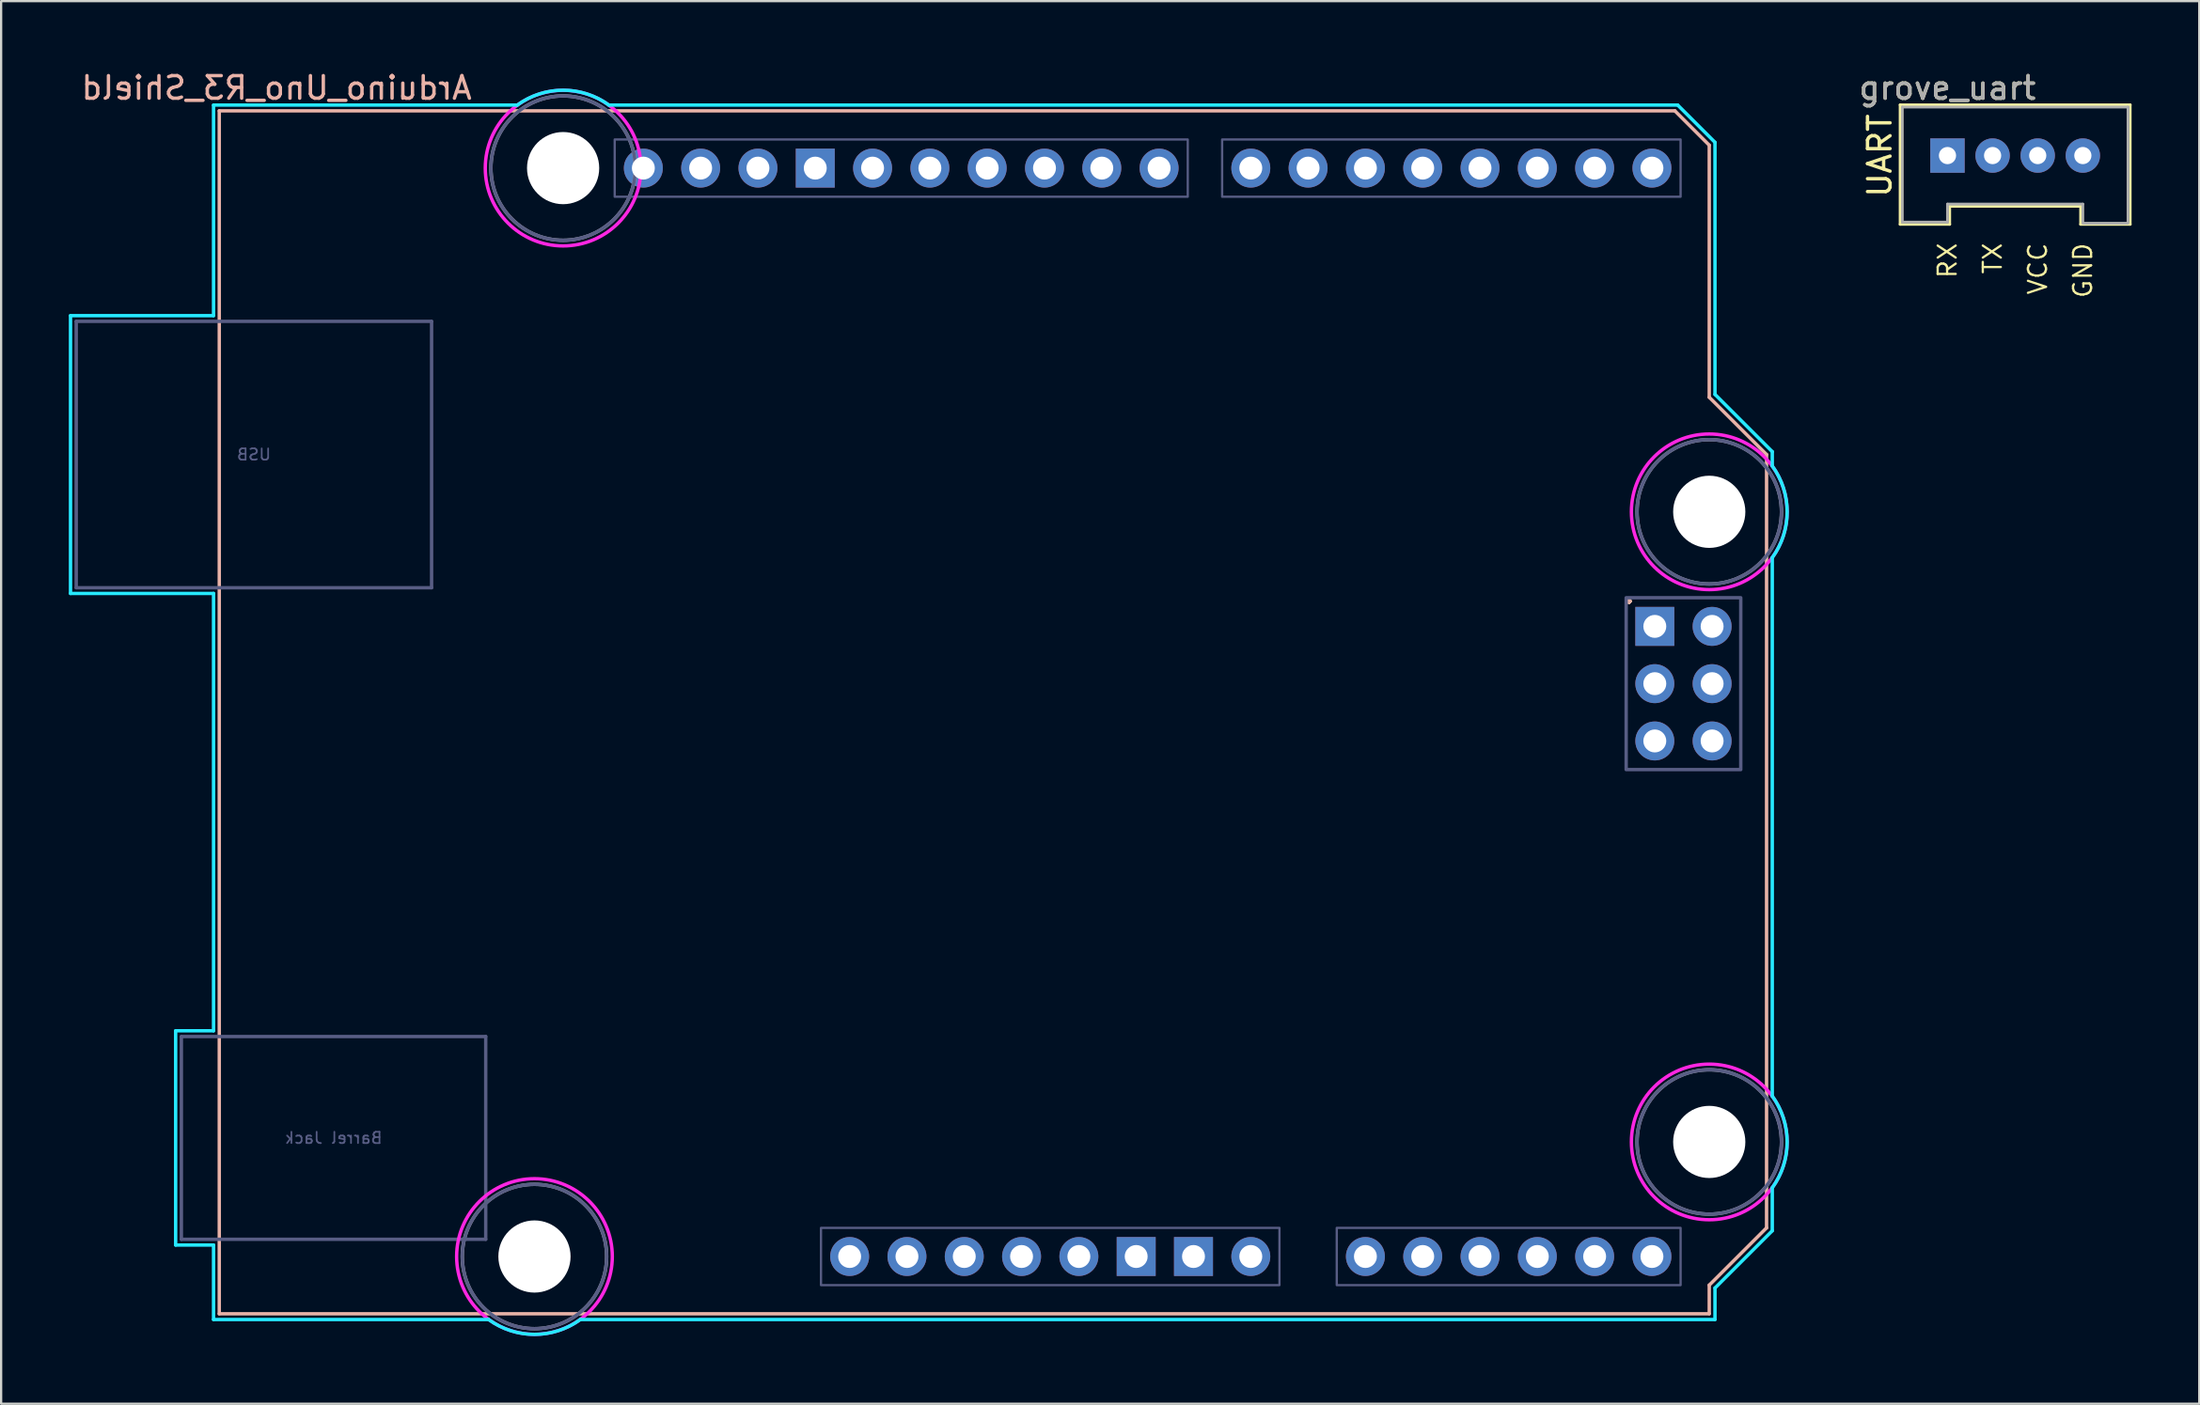
<source format=kicad_pcb>
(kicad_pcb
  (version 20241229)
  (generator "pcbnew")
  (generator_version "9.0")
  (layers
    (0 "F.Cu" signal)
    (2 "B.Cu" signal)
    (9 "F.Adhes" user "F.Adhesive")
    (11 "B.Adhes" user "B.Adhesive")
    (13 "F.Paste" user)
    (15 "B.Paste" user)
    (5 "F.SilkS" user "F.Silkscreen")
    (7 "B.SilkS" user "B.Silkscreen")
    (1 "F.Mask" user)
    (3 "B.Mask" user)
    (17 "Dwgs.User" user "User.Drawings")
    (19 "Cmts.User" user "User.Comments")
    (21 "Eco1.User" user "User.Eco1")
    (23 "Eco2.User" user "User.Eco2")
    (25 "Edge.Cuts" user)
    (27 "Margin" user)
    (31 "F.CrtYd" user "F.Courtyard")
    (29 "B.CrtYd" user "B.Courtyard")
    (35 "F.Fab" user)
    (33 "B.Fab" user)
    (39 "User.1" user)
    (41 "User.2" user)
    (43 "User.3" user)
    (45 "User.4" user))
  (footprint "grove_uart"
    (layer "F.Cu")
    (at 86.268 3.848)
    (property "Reference" "grove_uart" (at -3 -3 0) (layer "F.SilkS") (effects (font (size 1 1) (thickness 0.15))))
    (attr through_hole)
    (fp_line (start -5.1 -2.25) (end 5.1 -2.25) (stroke (width 0.12) (type solid)) (layer "F.SilkS"))
    (fp_line (start -5.1 3.05) (end -5.1 -2.25) (stroke (width 0.12) (type solid)) (layer "F.SilkS"))
    (fp_line (start -2.9 2.25) (end -2.9 3.05) (stroke (width 0.12) (type solid)) (layer "F.SilkS"))
    (fp_line (start -2.9 3.05) (end -5.1 3.05) (stroke (width 0.12) (type solid)) (layer "F.SilkS"))
    (fp_line (start 2.9 2.25) (end -2.9 2.25) (stroke (width 0.12) (type solid)) (layer "F.SilkS"))
    (fp_line (start 2.9 3.05) (end 2.9 2.25) (stroke (width 0.12) (type solid)) (layer "F.SilkS"))
    (fp_line (start 5.1 -2.25) (end 5.1 3.05) (stroke (width 0.12) (type solid)) (layer "F.SilkS"))
    (fp_line (start 5.1 3.05) (end 2.9 3.05) (stroke (width 0.12) (type solid)) (layer "F.SilkS"))
    (fp_line (start -5 -2.15) (end 5 -2.15) (stroke (width 0.12) (type solid)) (layer "F.Fab"))
    (fp_line (start -5 2.95) (end -5 -2.15) (stroke (width 0.12) (type solid)) (layer "F.Fab"))
    (fp_line (start -5 2.95) (end -3 2.95) (stroke (width 0.12) (type solid)) (layer "F.Fab"))
    (fp_line (start -3 2.95) (end -3 2.15) (stroke (width 0.12) (type solid)) (layer "F.Fab"))
    (fp_line (start 3 2.15) (end -3 2.15) (stroke (width 0.12) (type solid)) (layer "F.Fab"))
    (fp_line (start 3 2.15) (end 3 2.95) (stroke (width 0.12) (type solid)) (layer "F.Fab"))
    (fp_line (start 3 3) (end 5 3) (stroke (width 0.12) (type solid)) (layer "F.Fab"))
    (fp_line (start 5 -2.15) (end 5 2.95) (stroke (width 0.12) (type solid)) (layer "F.Fab"))
    (fp_text user "TX" (at -1 3.81 90) (layer "F.SilkS") (effects (font (size 0.8 0.8) (thickness 0.1)) (justify right)))
    (fp_text user "RX" (at -3 3.81 90) (layer "F.SilkS") (effects (font (size 0.8 0.8) (thickness 0.1)) (justify right)))
    (fp_text user "UART" (at -6 0 90) (layer "F.SilkS") (effects (font (size 1 1) (thickness 0.15))))
    (fp_text user "VCC" (at 1 3.81 90) (layer "F.SilkS") (effects (font (size 0.8 0.8) (thickness 0.1)) (justify right)))
    (fp_text user "GND" (at 3 3.81 90) (layer "F.SilkS") (effects (font (size 0.8 0.8) (thickness 0.1)) (justify right)))
    (fp_text user "${REFERENCE}" (at -3 -3 180) (layer "F.Fab") (effects (font (size 1 1) (thickness 0.15))))
    (pad "1" thru_hole rect (at -3 0) (size 1.524 1.524) (drill 0.762) (layers "*.Cu" "*.Mask"))
    (pad "2" thru_hole circle (at -1 0) (size 1.524 1.524) (drill 0.762) (layers "*.Cu" "*.Mask"))
    (pad "3" thru_hole circle (at 1 0) (size 1.524 1.524) (drill 0.762) (layers "*.Cu" "*.Mask"))
    (pad "4" thru_hole circle (at 3 0) (size 1.524 1.524) (drill 0.762) (layers "*.Cu" "*.Mask")))
  (footprint "Arduino_Uno_R3_Shield"
    (layer "F.Cu")
    (at 6.669 55.204)
    (property "Reference" "Arduino_Uno_R3_Shield" (at 2.54 -54.356 0) (layer "B.SilkS") (effects (font (size 1 1) (thickness 0.15)) (justify mirror)))
    (attr through_hole)
    (fp_line (start 0 -53.34) (end 0 0) (stroke (width 0.15) (type solid)) (layer "B.SilkS"))
    (fp_line (start 0 -53.34) (end 64.516 -53.34) (stroke (width 0.15) (type solid)) (layer "B.SilkS"))
    (fp_line (start 0 0) (end 66.04 0) (stroke (width 0.15) (type solid)) (layer "B.SilkS"))
    (fp_line (start 64.516 -53.34) (end 66.04 -51.816) (stroke (width 0.15) (type solid)) (layer "B.SilkS"))
    (fp_line (start 66.04 -40.64) (end 66.04 -51.816) (stroke (width 0.15) (type solid)) (layer "B.SilkS"))
    (fp_line (start 66.04 -1.27) (end 68.58 -3.81) (stroke (width 0.15) (type solid)) (layer "B.SilkS"))
    (fp_line (start 66.04 0) (end 66.04 -1.27) (stroke (width 0.15) (type solid)) (layer "B.SilkS"))
    (fp_line (start 68.58 -38.1) (end 66.04 -40.64) (stroke (width 0.15) (type solid)) (layer "B.SilkS"))
    (fp_line (start 68.58 -3.81) (end 68.58 -38.1) (stroke (width 0.15) (type solid)) (layer "B.SilkS"))
    (fp_line (start -6.594 -44.258) (end -0.254 -44.258) (stroke (width 0.15) (type solid)) (layer "B.CrtYd"))
    (fp_line (start -6.594 -31.94) (end -6.594 -44.258) (stroke (width 0.15) (type solid)) (layer "B.CrtYd"))
    (fp_line (start -1.934 -12.548) (end -1.934 -3.049) (stroke (width 0.15) (type solid)) (layer "B.CrtYd"))
    (fp_line (start -1.934 -12.548) (end -0.254 -12.548) (stroke (width 0.15) (type solid)) (layer "B.CrtYd"))
    (fp_line (start -1.934 -3.049) (end -0.254 -3.049) (stroke (width 0.15) (type solid)) (layer "B.CrtYd"))
    (fp_line (start -0.254 -53.594) (end -0.254 -44.258) (stroke (width 0.15) (type solid)) (layer "B.CrtYd"))
    (fp_line (start -0.254 -31.94) (end -6.594 -31.94) (stroke (width 0.15) (type solid)) (layer "B.CrtYd"))
    (fp_line (start -0.254 -31.94) (end -0.254 -12.548) (stroke (width 0.15) (type solid)) (layer "B.CrtYd"))
    (fp_line (start -0.254 -3.049) (end -0.254 0.254) (stroke (width 0.15) (type solid)) (layer "B.CrtYd"))
    (fp_line (start 11.938 0.254) (end -0.254 0.254) (stroke (width 0.15) (type solid)) (layer "B.CrtYd"))
    (fp_line (start 13.208 -53.594) (end -0.254 -53.594) (stroke (width 0.15) (type solid)) (layer "B.CrtYd"))
    (fp_line (start 16.002 0.254) (end 66.294 0.254) (stroke (width 0.15) (type solid)) (layer "B.CrtYd"))
    (fp_line (start 17.272 -53.594) (end 64.643 -53.594) (stroke (width 0.15) (type solid)) (layer "B.CrtYd"))
    (fp_line (start 64.643 -53.594) (end 66.294 -51.943) (stroke (width 0.15) (type solid)) (layer "B.CrtYd"))
    (fp_line (start 66.294 -40.767) (end 66.294 -51.943) (stroke (width 0.15) (type solid)) (layer "B.CrtYd"))
    (fp_line (start 66.294 -1.143) (end 68.834 -3.683) (stroke (width 0.15) (type solid)) (layer "B.CrtYd"))
    (fp_line (start 66.294 0.254) (end 66.294 -1.143) (stroke (width 0.15) (type solid)) (layer "B.CrtYd"))
    (fp_line (start 68.834 -38.227) (end 66.294 -40.767) (stroke (width 0.15) (type solid)) (layer "B.CrtYd"))
    (fp_line (start 68.834 -38.227) (end 68.834 -37.592) (stroke (width 0.15) (type solid)) (layer "B.CrtYd"))
    (fp_line (start 68.834 -9.652) (end 68.834 -33.528) (stroke (width 0.15) (type solid)) (layer "B.CrtYd"))
    (fp_line (start 68.834 -5.588) (end 68.834 -3.683) (stroke (width 0.15) (type solid)) (layer "B.CrtYd"))
    (fp_arc (start 13.208 -53.594) (mid 15.24 -54.254237) (end 17.272 -53.594) (stroke (width 0.15) (type solid)) (layer "B.CrtYd"))
    (fp_arc (start 16.002 0.254) (mid 13.97 0.914237) (end 11.938 0.254) (stroke (width 0.15) (type solid)) (layer "B.CrtYd"))
    (fp_arc (start 68.834 -37.592) (mid 69.494238 -35.56) (end 68.834 -33.528) (stroke (width 0.15) (type solid)) (layer "B.CrtYd"))
    (fp_arc (start 68.834 -9.652) (mid 69.494238 -7.62) (end 68.834 -5.588) (stroke (width 0.15) (type solid)) (layer "B.CrtYd"))
    (fp_circle (center 13.97 -2.54) (end 17.42 -2.54) (stroke (width 0.15) (type solid)) (fill no) (layer "F.CrtYd"))
    (fp_circle (center 15.24 -50.8) (end 18.69 -50.8) (stroke (width 0.15) (type solid)) (fill no) (layer "F.CrtYd"))
    (fp_circle (center 66.04 -35.56) (end 69.49 -35.56) (stroke (width 0.15) (type solid)) (fill no) (layer "F.CrtYd"))
    (fp_circle (center 66.04 -7.62) (end 69.49 -7.62) (stroke (width 0.15) (type solid)) (fill no) (layer "F.CrtYd"))
    (fp_line (start -6.34 -44.004) (end 9.41 -44.004) (stroke (width 0.15) (type solid)) (layer "B.Fab"))
    (fp_line (start -6.34 -32.194) (end -6.34 -44.004) (stroke (width 0.15) (type solid)) (layer "B.Fab"))
    (fp_line (start -6.34 -32.194) (end 9.41 -32.194) (stroke (width 0.15) (type solid)) (layer "B.Fab"))
    (fp_line (start -1.68 -12.294) (end -1.68 -3.303) (stroke (width 0.15) (type solid)) (layer "B.Fab"))
    (fp_line (start -1.68 -12.294) (end 11.81 -12.294) (stroke (width 0.15) (type solid)) (layer "B.Fab"))
    (fp_line (start -1.68 -3.303) (end 11.81 -3.303) (stroke (width 0.15) (type solid)) (layer "B.Fab"))
    (fp_line (start 9.41 -32.194) (end 9.41 -44.004) (stroke (width 0.15) (type solid)) (layer "B.Fab"))
    (fp_line (start 11.81 -12.294) (end 11.81 -3.303) (stroke (width 0.15) (type solid)) (layer "B.Fab"))
    (fp_rect (start 17.526 -52.07) (end 42.926 -49.53) (stroke (width 0.1) (type solid)) (fill no) (layer "B.Fab"))
    (fp_rect (start 26.67 -3.81) (end 46.99 -1.27) (stroke (width 0.1) (type solid)) (fill no) (layer "B.Fab"))
    (fp_rect (start 44.45 -52.07) (end 64.77 -49.53) (stroke (width 0.1) (type solid)) (fill no) (layer "B.Fab"))
    (fp_rect (start 49.53 -3.81) (end 64.77 -1.27) (stroke (width 0.1) (type solid)) (fill no) (layer "B.Fab"))
    (fp_rect (start 62.357 -31.75) (end 67.437 -24.13) (stroke (width 0.15) (type solid)) (fill no) (layer "B.Fab"))
    (fp_circle (center 13.97 -2.54) (end 17.17 -2.54) (stroke (width 0.15) (type solid)) (fill no) (layer "B.Fab"))
    (fp_circle (center 15.24 -50.8) (end 18.44 -50.8) (stroke (width 0.15) (type solid)) (fill no) (layer "B.Fab"))
    (fp_circle (center 66.04 -35.56) (end 69.24 -35.56) (stroke (width 0.15) (type solid)) (fill no) (layer "B.Fab"))
    (fp_circle (center 66.04 -7.62) (end 69.24 -7.62) (stroke (width 0.15) (type solid)) (fill no) (layer "B.Fab"))
    (fp_circle (center 13.97 -2.54) (end 17.17 -2.54) (stroke (width 0.15) (type solid)) (fill no) (layer "F.Fab"))
    (fp_circle (center 15.24 -50.8) (end 18.44 -50.8) (stroke (width 0.15) (type solid)) (fill no) (layer "F.Fab"))
    (fp_circle (center 66.04 -35.56) (end 69.24 -35.56) (stroke (width 0.15) (type solid)) (fill no) (layer "F.Fab"))
    (fp_circle (center 66.04 -7.62) (end 69.24 -7.62) (stroke (width 0.15) (type solid)) (fill no) (layer "F.Fab"))
    (fp_text user "." (at 62.484 -32.004 0) (layer "F.SilkS") (effects (font (size 1 1) (thickness 0.15))))
    (fp_text user "." (at 62.484 -32.004 0) (layer "B.SilkS") (effects (font (size 1 1) (thickness 0.15))))
    (fp_text user "USB" (at 1.535 -38.099 0) (layer "B.Fab") (effects (font (size 0.5 0.5) (thickness 0.075)) (justify mirror)))
    (fp_text user "Barrel Jack" (at 5.065 -7.798 0) (layer "B.Fab") (effects (font (size 0.5 0.5) (thickness 0.075)) (justify mirror)))
    (pad "" np_thru_hole circle (at 13.97 -2.54) (size 3.2 3.2) (drill 3.2) (layers "*.Cu" "*.Mask"))
    (pad "" np_thru_hole circle (at 15.24 -50.8) (size 3.2 3.2) (drill 3.2) (layers "*.Cu" "*.Mask"))
    (pad "" thru_hole oval (at 27.94 -2.54) (size 1.727 1.727) (drill 1.016) (layers "*.Cu" "*.Mask"))
    (pad "" np_thru_hole circle (at 66.04 -35.56) (size 3.2 3.2) (drill 3.2) (layers "*.Cu" "*.Mask"))
    (pad "" np_thru_hole circle (at 66.04 -7.62) (size 3.2 3.2) (drill 3.2) (layers "*.Cu" "*.Mask"))
    (pad "3V3" thru_hole oval (at 35.56 -2.54) (size 1.727 1.727) (drill 1.016) (layers "*.Cu" "*.Mask"))
    (pad "5V1" thru_hole oval (at 38.1 -2.54) (size 1.727 1.727) (drill 1.016) (layers "*.Cu" "*.Mask"))
    (pad "5V2" thru_hole oval (at 66.167 -30.48) (size 1.727 1.727) (drill 1.016) (layers "*.Cu" "*.Mask"))
    (pad "A0" thru_hole oval (at 50.8 -2.54) (size 1.727 1.727) (drill 1.016) (layers "*.Cu" "*.Mask"))
    (pad "A1" thru_hole oval (at 53.34 -2.54) (size 1.727 1.727) (drill 1.016) (layers "*.Cu" "*.Mask"))
    (pad "A2" thru_hole oval (at 55.88 -2.54) (size 1.727 1.727) (drill 1.016) (layers "*.Cu" "*.Mask"))
    (pad "A3" thru_hole oval (at 58.42 -2.54) (size 1.727 1.727) (drill 1.016) (layers "*.Cu" "*.Mask"))
    (pad "A4" thru_hole oval (at 60.96 -2.54) (size 1.727 1.727) (drill 1.016) (layers "*.Cu" "*.Mask"))
    (pad "A5" thru_hole oval (at 63.5 -2.54) (size 1.727 1.727) (drill 1.016) (layers "*.Cu" "*.Mask"))
    (pad "AREF" thru_hole oval (at 23.876 -50.8) (size 1.727 1.727) (drill 1.016) (layers "*.Cu" "*.Mask"))
    (pad "D0" thru_hole oval (at 63.5 -50.8) (size 1.727 1.727) (drill 1.016) (layers "*.Cu" "*.Mask"))
    (pad "D1" thru_hole oval (at 60.96 -50.8) (size 1.727 1.727) (drill 1.016) (layers "*.Cu" "*.Mask"))
    (pad "D2" thru_hole oval (at 58.42 -50.8) (size 1.727 1.727) (drill 1.016) (layers "*.Cu" "*.Mask"))
    (pad "D3" thru_hole oval (at 55.88 -50.8) (size 1.727 1.727) (drill 1.016) (layers "*.Cu" "*.Mask"))
    (pad "D4" thru_hole oval (at 53.34 -50.8) (size 1.727 1.727) (drill 1.016) (layers "*.Cu" "*.Mask"))
    (pad "D5" thru_hole oval (at 50.8 -50.8) (size 1.727 1.727) (drill 1.016) (layers "*.Cu" "*.Mask"))
    (pad "D6" thru_hole oval (at 48.26 -50.8) (size 1.727 1.727) (drill 1.016) (layers "*.Cu" "*.Mask"))
    (pad "D7" thru_hole oval (at 45.72 -50.8) (size 1.727 1.727) (drill 1.016) (layers "*.Cu" "*.Mask"))
    (pad "D8" thru_hole oval (at 41.656 -50.8) (size 1.727 1.727) (drill 1.016) (layers "*.Cu" "*.Mask"))
    (pad "D9" thru_hole oval (at 39.116 -50.8) (size 1.727 1.727) (drill 1.016) (layers "*.Cu" "*.Mask"))
    (pad "D10" thru_hole oval (at 36.576 -50.8) (size 1.727 1.727) (drill 1.016) (layers "*.Cu" "*.Mask"))
    (pad "D11" thru_hole oval (at 34.036 -50.8) (size 1.727 1.727) (drill 1.016) (layers "*.Cu" "*.Mask"))
    (pad "D12" thru_hole oval (at 31.496 -50.8) (size 1.727 1.727) (drill 1.016) (layers "*.Cu" "*.Mask"))
    (pad "D13" thru_hole oval (at 28.956 -50.8) (size 1.727 1.727) (drill 1.016) (layers "*.Cu" "*.Mask"))
    (pad "GND1" thru_hole rect (at 26.416 -50.8) (size 1.727 1.727) (drill 1.016) (layers "*.Cu" "*.Mask"))
    (pad "GND2" thru_hole rect (at 40.64 -2.54) (size 1.727 1.727) (drill 1.016) (layers "*.Cu" "*.Mask"))
    (pad "GND3" thru_hole rect (at 43.18 -2.54) (size 1.727 1.727) (drill 1.016) (layers "*.Cu" "*.Mask"))
    (pad "GND4" thru_hole circle (at 66.167 -25.4) (size 1.727 1.727) (drill 1.016) (layers "*.Cu" "*.Mask"))
    (pad "IORF" thru_hole oval (at 30.48 -2.54) (size 1.727 1.727) (drill 1.016) (layers "*.Cu" "*.Mask"))
    (pad "MISO" thru_hole rect (at 63.627 -30.48) (size 1.727 1.727) (drill 1.016) (layers "*.Cu" "*.Mask"))
    (pad "MOSI" thru_hole oval (at 66.167 -27.94) (size 1.727 1.727) (drill 1.016) (layers "*.Cu" "*.Mask"))
    (pad "RST1" thru_hole oval (at 33.02 -2.54) (size 1.727 1.727) (drill 1.016) (layers "*.Cu" "*.Mask"))
    (pad "RST2" thru_hole oval (at 63.627 -25.4) (size 1.727 1.727) (drill 1.016) (layers "*.Cu" "*.Mask"))
    (pad "SCK" thru_hole oval (at 63.627 -27.94) (size 1.727 1.727) (drill 1.016) (layers "*.Cu" "*.Mask"))
    (pad "SCL" thru_hole oval (at 18.796 -50.8) (size 1.727 1.727) (drill 1.016) (layers "*.Cu" "*.Mask"))
    (pad "SDA" thru_hole oval (at 21.336 -50.8) (size 1.727 1.727) (drill 1.016) (layers "*.Cu" "*.Mask"))
    (pad "VIN" thru_hole oval (at 45.72 -2.54) (size 1.727 1.727) (drill 1.016) (layers "*.Cu" "*.Mask")))
  (gr_rect
    (start -3 -3)
    (end 94.428 59.193)
    (stroke (width 0.1) (type default))
    (fill no)
    (layer "Edge.Cuts")))
</source>
